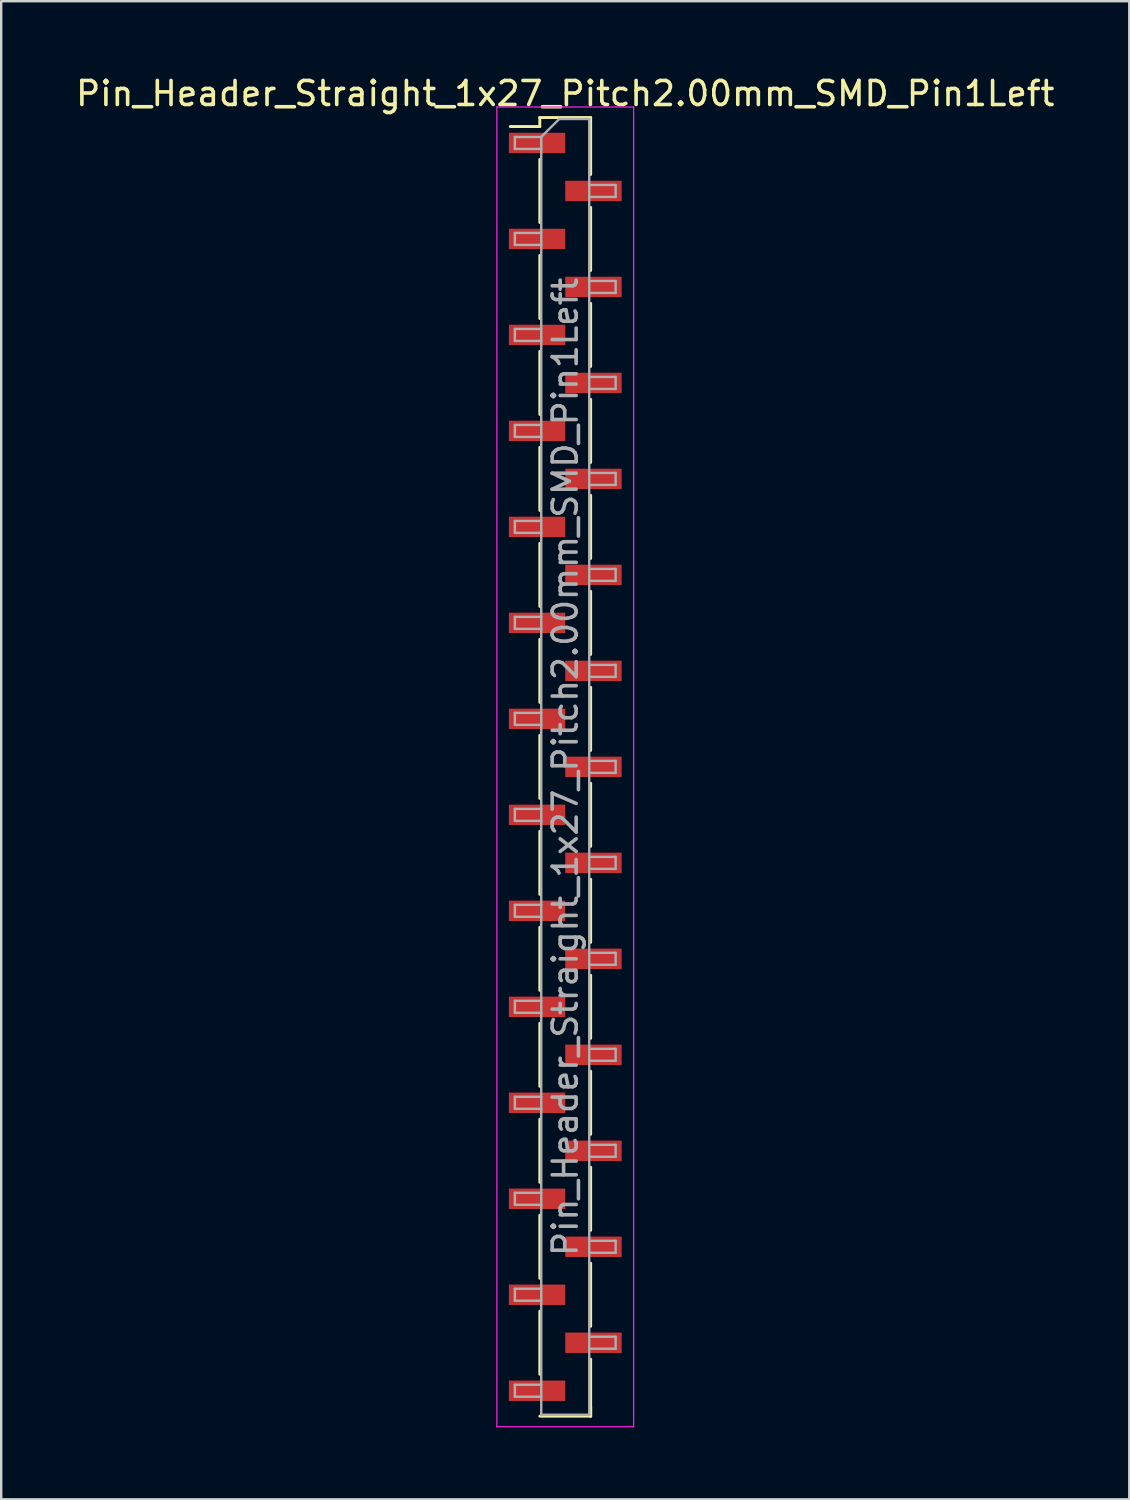
<source format=kicad_pcb>
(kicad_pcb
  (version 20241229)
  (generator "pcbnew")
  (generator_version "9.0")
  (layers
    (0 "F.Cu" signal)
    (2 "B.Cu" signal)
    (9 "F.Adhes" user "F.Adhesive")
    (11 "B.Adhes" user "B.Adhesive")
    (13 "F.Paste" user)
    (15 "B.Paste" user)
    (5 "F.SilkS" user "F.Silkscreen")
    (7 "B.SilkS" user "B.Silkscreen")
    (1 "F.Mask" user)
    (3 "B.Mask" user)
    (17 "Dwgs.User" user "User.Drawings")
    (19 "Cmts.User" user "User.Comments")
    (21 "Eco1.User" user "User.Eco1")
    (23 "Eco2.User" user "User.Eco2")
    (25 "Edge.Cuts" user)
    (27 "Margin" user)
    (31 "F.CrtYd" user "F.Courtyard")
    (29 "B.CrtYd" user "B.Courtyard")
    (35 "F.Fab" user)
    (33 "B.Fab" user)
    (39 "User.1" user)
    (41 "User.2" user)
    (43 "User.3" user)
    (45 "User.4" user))
  (footprint "Pin_Header_Straight_1x27_Pitch2.00mm_SMD_Pin1Left"
    (layer "F.Cu")
    (at 20.506 28.908)
    (property "Reference" "Pin_Header_Straight_1x27_Pitch2.00mm_SMD_Pin1Left" (at 0 -28.06 0) (layer "F.SilkS") (effects (font (size 1 1) (thickness 0.15))))
    (attr smd)
    (fp_line (start -1.06 -27.06) (end -1.06 -26.685) (stroke (width 0.12) (type solid)) (layer "F.SilkS"))
    (fp_line (start -1.06 -27.06) (end 1.06 -27.06) (stroke (width 0.12) (type solid)) (layer "F.SilkS"))
    (fp_line (start -1.06 -26.685) (end -2.29 -26.685) (stroke (width 0.12) (type solid)) (layer "F.SilkS"))
    (fp_line (start -1.06 -25.315) (end -1.06 -22.685) (stroke (width 0.12) (type solid)) (layer "F.SilkS"))
    (fp_line (start -1.06 -21.315) (end -1.06 -18.685) (stroke (width 0.12) (type solid)) (layer "F.SilkS"))
    (fp_line (start -1.06 -17.315) (end -1.06 -14.685) (stroke (width 0.12) (type solid)) (layer "F.SilkS"))
    (fp_line (start -1.06 -13.315) (end -1.06 -10.685) (stroke (width 0.12) (type solid)) (layer "F.SilkS"))
    (fp_line (start -1.06 -9.315) (end -1.06 -6.685) (stroke (width 0.12) (type solid)) (layer "F.SilkS"))
    (fp_line (start -1.06 -5.315) (end -1.06 -2.685) (stroke (width 0.12) (type solid)) (layer "F.SilkS"))
    (fp_line (start -1.06 -1.315) (end -1.06 1.315) (stroke (width 0.12) (type solid)) (layer "F.SilkS"))
    (fp_line (start -1.06 2.685) (end -1.06 5.315) (stroke (width 0.12) (type solid)) (layer "F.SilkS"))
    (fp_line (start -1.06 6.685) (end -1.06 9.315) (stroke (width 0.12) (type solid)) (layer "F.SilkS"))
    (fp_line (start -1.06 10.685) (end -1.06 13.315) (stroke (width 0.12) (type solid)) (layer "F.SilkS"))
    (fp_line (start -1.06 14.685) (end -1.06 17.315) (stroke (width 0.12) (type solid)) (layer "F.SilkS"))
    (fp_line (start -1.06 18.685) (end -1.06 21.315) (stroke (width 0.12) (type solid)) (layer "F.SilkS"))
    (fp_line (start -1.06 22.685) (end -1.06 25.315) (stroke (width 0.12) (type solid)) (layer "F.SilkS"))
    (fp_line (start -1.06 27.06) (end 1.06 27.06) (stroke (width 0.12) (type solid)) (layer "F.SilkS"))
    (fp_line (start 1.06 -27.06) (end 1.06 -24.685) (stroke (width 0.12) (type solid)) (layer "F.SilkS"))
    (fp_line (start 1.06 -23.315) (end 1.06 -20.685) (stroke (width 0.12) (type solid)) (layer "F.SilkS"))
    (fp_line (start 1.06 -19.315) (end 1.06 -16.685) (stroke (width 0.12) (type solid)) (layer "F.SilkS"))
    (fp_line (start 1.06 -15.315) (end 1.06 -12.685) (stroke (width 0.12) (type solid)) (layer "F.SilkS"))
    (fp_line (start 1.06 -11.315) (end 1.06 -8.685) (stroke (width 0.12) (type solid)) (layer "F.SilkS"))
    (fp_line (start 1.06 -7.315) (end 1.06 -4.685) (stroke (width 0.12) (type solid)) (layer "F.SilkS"))
    (fp_line (start 1.06 -3.315) (end 1.06 -0.685) (stroke (width 0.12) (type solid)) (layer "F.SilkS"))
    (fp_line (start 1.06 0.685) (end 1.06 3.315) (stroke (width 0.12) (type solid)) (layer "F.SilkS"))
    (fp_line (start 1.06 4.685) (end 1.06 7.315) (stroke (width 0.12) (type solid)) (layer "F.SilkS"))
    (fp_line (start 1.06 8.685) (end 1.06 11.315) (stroke (width 0.12) (type solid)) (layer "F.SilkS"))
    (fp_line (start 1.06 12.685) (end 1.06 15.315) (stroke (width 0.12) (type solid)) (layer "F.SilkS"))
    (fp_line (start 1.06 16.685) (end 1.06 19.315) (stroke (width 0.12) (type solid)) (layer "F.SilkS"))
    (fp_line (start 1.06 20.685) (end 1.06 23.315) (stroke (width 0.12) (type solid)) (layer "F.SilkS"))
    (fp_line (start 1.06 24.685) (end 1.06 27.06) (stroke (width 0.12) (type solid)) (layer "F.SilkS"))
    (fp_line (start 1.06 26.685) (end 1.06 27.06) (stroke (width 0.12) (type solid)) (layer "F.SilkS"))
    (fp_line (start -2.85 -27.5) (end -2.85 27.5) (stroke (width 0.05) (type solid)) (layer "F.CrtYd"))
    (fp_line (start -2.85 27.5) (end 2.85 27.5) (stroke (width 0.05) (type solid)) (layer "F.CrtYd"))
    (fp_line (start 2.85 -27.5) (end -2.85 -27.5) (stroke (width 0.05) (type solid)) (layer "F.CrtYd"))
    (fp_line (start 2.85 27.5) (end 2.85 -27.5) (stroke (width 0.05) (type solid)) (layer "F.CrtYd"))
    (fp_line (start -2.1 -26.25) (end -2.1 -25.75) (stroke (width 0.1) (type solid)) (layer "F.Fab"))
    (fp_line (start -2.1 -25.75) (end -1 -25.75) (stroke (width 0.1) (type solid)) (layer "F.Fab"))
    (fp_line (start -2.1 -22.25) (end -2.1 -21.75) (stroke (width 0.1) (type solid)) (layer "F.Fab"))
    (fp_line (start -2.1 -21.75) (end -1 -21.75) (stroke (width 0.1) (type solid)) (layer "F.Fab"))
    (fp_line (start -2.1 -18.25) (end -2.1 -17.75) (stroke (width 0.1) (type solid)) (layer "F.Fab"))
    (fp_line (start -2.1 -17.75) (end -1 -17.75) (stroke (width 0.1) (type solid)) (layer "F.Fab"))
    (fp_line (start -2.1 -14.25) (end -2.1 -13.75) (stroke (width 0.1) (type solid)) (layer "F.Fab"))
    (fp_line (start -2.1 -13.75) (end -1 -13.75) (stroke (width 0.1) (type solid)) (layer "F.Fab"))
    (fp_line (start -2.1 -10.25) (end -2.1 -9.75) (stroke (width 0.1) (type solid)) (layer "F.Fab"))
    (fp_line (start -2.1 -9.75) (end -1 -9.75) (stroke (width 0.1) (type solid)) (layer "F.Fab"))
    (fp_line (start -2.1 -6.25) (end -2.1 -5.75) (stroke (width 0.1) (type solid)) (layer "F.Fab"))
    (fp_line (start -2.1 -5.75) (end -1 -5.75) (stroke (width 0.1) (type solid)) (layer "F.Fab"))
    (fp_line (start -2.1 -2.25) (end -2.1 -1.75) (stroke (width 0.1) (type solid)) (layer "F.Fab"))
    (fp_line (start -2.1 -1.75) (end -1 -1.75) (stroke (width 0.1) (type solid)) (layer "F.Fab"))
    (fp_line (start -2.1 1.75) (end -2.1 2.25) (stroke (width 0.1) (type solid)) (layer "F.Fab"))
    (fp_line (start -2.1 2.25) (end -1 2.25) (stroke (width 0.1) (type solid)) (layer "F.Fab"))
    (fp_line (start -2.1 5.75) (end -2.1 6.25) (stroke (width 0.1) (type solid)) (layer "F.Fab"))
    (fp_line (start -2.1 6.25) (end -1 6.25) (stroke (width 0.1) (type solid)) (layer "F.Fab"))
    (fp_line (start -2.1 9.75) (end -2.1 10.25) (stroke (width 0.1) (type solid)) (layer "F.Fab"))
    (fp_line (start -2.1 10.25) (end -1 10.25) (stroke (width 0.1) (type solid)) (layer "F.Fab"))
    (fp_line (start -2.1 13.75) (end -2.1 14.25) (stroke (width 0.1) (type solid)) (layer "F.Fab"))
    (fp_line (start -2.1 14.25) (end -1 14.25) (stroke (width 0.1) (type solid)) (layer "F.Fab"))
    (fp_line (start -2.1 17.75) (end -2.1 18.25) (stroke (width 0.1) (type solid)) (layer "F.Fab"))
    (fp_line (start -2.1 18.25) (end -1 18.25) (stroke (width 0.1) (type solid)) (layer "F.Fab"))
    (fp_line (start -2.1 21.75) (end -2.1 22.25) (stroke (width 0.1) (type solid)) (layer "F.Fab"))
    (fp_line (start -2.1 22.25) (end -1 22.25) (stroke (width 0.1) (type solid)) (layer "F.Fab"))
    (fp_line (start -2.1 25.75) (end -2.1 26.25) (stroke (width 0.1) (type solid)) (layer "F.Fab"))
    (fp_line (start -2.1 26.25) (end -1 26.25) (stroke (width 0.1) (type solid)) (layer "F.Fab"))
    (fp_line (start -1 -26.25) (end -2.1 -26.25) (stroke (width 0.1) (type solid)) (layer "F.Fab"))
    (fp_line (start -1 -26.25) (end -0.25 -27) (stroke (width 0.1) (type solid)) (layer "F.Fab"))
    (fp_line (start -1 -22.25) (end -2.1 -22.25) (stroke (width 0.1) (type solid)) (layer "F.Fab"))
    (fp_line (start -1 -18.25) (end -2.1 -18.25) (stroke (width 0.1) (type solid)) (layer "F.Fab"))
    (fp_line (start -1 -14.25) (end -2.1 -14.25) (stroke (width 0.1) (type solid)) (layer "F.Fab"))
    (fp_line (start -1 -10.25) (end -2.1 -10.25) (stroke (width 0.1) (type solid)) (layer "F.Fab"))
    (fp_line (start -1 -6.25) (end -2.1 -6.25) (stroke (width 0.1) (type solid)) (layer "F.Fab"))
    (fp_line (start -1 -2.25) (end -2.1 -2.25) (stroke (width 0.1) (type solid)) (layer "F.Fab"))
    (fp_line (start -1 1.75) (end -2.1 1.75) (stroke (width 0.1) (type solid)) (layer "F.Fab"))
    (fp_line (start -1 5.75) (end -2.1 5.75) (stroke (width 0.1) (type solid)) (layer "F.Fab"))
    (fp_line (start -1 9.75) (end -2.1 9.75) (stroke (width 0.1) (type solid)) (layer "F.Fab"))
    (fp_line (start -1 13.75) (end -2.1 13.75) (stroke (width 0.1) (type solid)) (layer "F.Fab"))
    (fp_line (start -1 17.75) (end -2.1 17.75) (stroke (width 0.1) (type solid)) (layer "F.Fab"))
    (fp_line (start -1 21.75) (end -2.1 21.75) (stroke (width 0.1) (type solid)) (layer "F.Fab"))
    (fp_line (start -1 25.75) (end -2.1 25.75) (stroke (width 0.1) (type solid)) (layer "F.Fab"))
    (fp_line (start -1 27) (end -1 -26.25) (stroke (width 0.1) (type solid)) (layer "F.Fab"))
    (fp_line (start -0.25 -27) (end 1 -27) (stroke (width 0.1) (type solid)) (layer "F.Fab"))
    (fp_line (start 1 -27) (end 1 27) (stroke (width 0.1) (type solid)) (layer "F.Fab"))
    (fp_line (start 1 -24.25) (end 2.1 -24.25) (stroke (width 0.1) (type solid)) (layer "F.Fab"))
    (fp_line (start 1 -20.25) (end 2.1 -20.25) (stroke (width 0.1) (type solid)) (layer "F.Fab"))
    (fp_line (start 1 -16.25) (end 2.1 -16.25) (stroke (width 0.1) (type solid)) (layer "F.Fab"))
    (fp_line (start 1 -12.25) (end 2.1 -12.25) (stroke (width 0.1) (type solid)) (layer "F.Fab"))
    (fp_line (start 1 -8.25) (end 2.1 -8.25) (stroke (width 0.1) (type solid)) (layer "F.Fab"))
    (fp_line (start 1 -4.25) (end 2.1 -4.25) (stroke (width 0.1) (type solid)) (layer "F.Fab"))
    (fp_line (start 1 -0.25) (end 2.1 -0.25) (stroke (width 0.1) (type solid)) (layer "F.Fab"))
    (fp_line (start 1 3.75) (end 2.1 3.75) (stroke (width 0.1) (type solid)) (layer "F.Fab"))
    (fp_line (start 1 7.75) (end 2.1 7.75) (stroke (width 0.1) (type solid)) (layer "F.Fab"))
    (fp_line (start 1 11.75) (end 2.1 11.75) (stroke (width 0.1) (type solid)) (layer "F.Fab"))
    (fp_line (start 1 15.75) (end 2.1 15.75) (stroke (width 0.1) (type solid)) (layer "F.Fab"))
    (fp_line (start 1 19.75) (end 2.1 19.75) (stroke (width 0.1) (type solid)) (layer "F.Fab"))
    (fp_line (start 1 23.75) (end 2.1 23.75) (stroke (width 0.1) (type solid)) (layer "F.Fab"))
    (fp_line (start 1 27) (end -1 27) (stroke (width 0.1) (type solid)) (layer "F.Fab"))
    (fp_line (start 2.1 -24.25) (end 2.1 -23.75) (stroke (width 0.1) (type solid)) (layer "F.Fab"))
    (fp_line (start 2.1 -23.75) (end 1 -23.75) (stroke (width 0.1) (type solid)) (layer "F.Fab"))
    (fp_line (start 2.1 -20.25) (end 2.1 -19.75) (stroke (width 0.1) (type solid)) (layer "F.Fab"))
    (fp_line (start 2.1 -19.75) (end 1 -19.75) (stroke (width 0.1) (type solid)) (layer "F.Fab"))
    (fp_line (start 2.1 -16.25) (end 2.1 -15.75) (stroke (width 0.1) (type solid)) (layer "F.Fab"))
    (fp_line (start 2.1 -15.75) (end 1 -15.75) (stroke (width 0.1) (type solid)) (layer "F.Fab"))
    (fp_line (start 2.1 -12.25) (end 2.1 -11.75) (stroke (width 0.1) (type solid)) (layer "F.Fab"))
    (fp_line (start 2.1 -11.75) (end 1 -11.75) (stroke (width 0.1) (type solid)) (layer "F.Fab"))
    (fp_line (start 2.1 -8.25) (end 2.1 -7.75) (stroke (width 0.1) (type solid)) (layer "F.Fab"))
    (fp_line (start 2.1 -7.75) (end 1 -7.75) (stroke (width 0.1) (type solid)) (layer "F.Fab"))
    (fp_line (start 2.1 -4.25) (end 2.1 -3.75) (stroke (width 0.1) (type solid)) (layer "F.Fab"))
    (fp_line (start 2.1 -3.75) (end 1 -3.75) (stroke (width 0.1) (type solid)) (layer "F.Fab"))
    (fp_line (start 2.1 -0.25) (end 2.1 0.25) (stroke (width 0.1) (type solid)) (layer "F.Fab"))
    (fp_line (start 2.1 0.25) (end 1 0.25) (stroke (width 0.1) (type solid)) (layer "F.Fab"))
    (fp_line (start 2.1 3.75) (end 2.1 4.25) (stroke (width 0.1) (type solid)) (layer "F.Fab"))
    (fp_line (start 2.1 4.25) (end 1 4.25) (stroke (width 0.1) (type solid)) (layer "F.Fab"))
    (fp_line (start 2.1 7.75) (end 2.1 8.25) (stroke (width 0.1) (type solid)) (layer "F.Fab"))
    (fp_line (start 2.1 8.25) (end 1 8.25) (stroke (width 0.1) (type solid)) (layer "F.Fab"))
    (fp_line (start 2.1 11.75) (end 2.1 12.25) (stroke (width 0.1) (type solid)) (layer "F.Fab"))
    (fp_line (start 2.1 12.25) (end 1 12.25) (stroke (width 0.1) (type solid)) (layer "F.Fab"))
    (fp_line (start 2.1 15.75) (end 2.1 16.25) (stroke (width 0.1) (type solid)) (layer "F.Fab"))
    (fp_line (start 2.1 16.25) (end 1 16.25) (stroke (width 0.1) (type solid)) (layer "F.Fab"))
    (fp_line (start 2.1 19.75) (end 2.1 20.25) (stroke (width 0.1) (type solid)) (layer "F.Fab"))
    (fp_line (start 2.1 20.25) (end 1 20.25) (stroke (width 0.1) (type solid)) (layer "F.Fab"))
    (fp_line (start 2.1 23.75) (end 2.1 24.25) (stroke (width 0.1) (type solid)) (layer "F.Fab"))
    (fp_line (start 2.1 24.25) (end 1 24.25) (stroke (width 0.1) (type solid)) (layer "F.Fab"))
    (fp_text user "${REFERENCE}" (at 0 0 90) (layer "F.Fab") (effects (font (size 1 1) (thickness 0.15))))
    (pad "1" smd rect (at -1.175 -26) (size 2.35 0.85) (layers "F.Cu" "F.Mask" "F.Paste"))
    (pad "2" smd rect (at 1.175 -24) (size 2.35 0.85) (layers "F.Cu" "F.Mask" "F.Paste"))
    (pad "3" smd rect (at -1.175 -22) (size 2.35 0.85) (layers "F.Cu" "F.Mask" "F.Paste"))
    (pad "4" smd rect (at 1.175 -20) (size 2.35 0.85) (layers "F.Cu" "F.Mask" "F.Paste"))
    (pad "5" smd rect (at -1.175 -18) (size 2.35 0.85) (layers "F.Cu" "F.Mask" "F.Paste"))
    (pad "6" smd rect (at 1.175 -16) (size 2.35 0.85) (layers "F.Cu" "F.Mask" "F.Paste"))
    (pad "7" smd rect (at -1.175 -14) (size 2.35 0.85) (layers "F.Cu" "F.Mask" "F.Paste"))
    (pad "8" smd rect (at 1.175 -12) (size 2.35 0.85) (layers "F.Cu" "F.Mask" "F.Paste"))
    (pad "9" smd rect (at -1.175 -10) (size 2.35 0.85) (layers "F.Cu" "F.Mask" "F.Paste"))
    (pad "10" smd rect (at 1.175 -8) (size 2.35 0.85) (layers "F.Cu" "F.Mask" "F.Paste"))
    (pad "11" smd rect (at -1.175 -6) (size 2.35 0.85) (layers "F.Cu" "F.Mask" "F.Paste"))
    (pad "12" smd rect (at 1.175 -4) (size 2.35 0.85) (layers "F.Cu" "F.Mask" "F.Paste"))
    (pad "13" smd rect (at -1.175 -2) (size 2.35 0.85) (layers "F.Cu" "F.Mask" "F.Paste"))
    (pad "14" smd rect (at 1.175 0) (size 2.35 0.85) (layers "F.Cu" "F.Mask" "F.Paste"))
    (pad "15" smd rect (at -1.175 2) (size 2.35 0.85) (layers "F.Cu" "F.Mask" "F.Paste"))
    (pad "16" smd rect (at 1.175 4) (size 2.35 0.85) (layers "F.Cu" "F.Mask" "F.Paste"))
    (pad "17" smd rect (at -1.175 6) (size 2.35 0.85) (layers "F.Cu" "F.Mask" "F.Paste"))
    (pad "18" smd rect (at 1.175 8) (size 2.35 0.85) (layers "F.Cu" "F.Mask" "F.Paste"))
    (pad "19" smd rect (at -1.175 10) (size 2.35 0.85) (layers "F.Cu" "F.Mask" "F.Paste"))
    (pad "20" smd rect (at 1.175 12) (size 2.35 0.85) (layers "F.Cu" "F.Mask" "F.Paste"))
    (pad "21" smd rect (at -1.175 14) (size 2.35 0.85) (layers "F.Cu" "F.Mask" "F.Paste"))
    (pad "22" smd rect (at 1.175 16) (size 2.35 0.85) (layers "F.Cu" "F.Mask" "F.Paste"))
    (pad "23" smd rect (at -1.175 18) (size 2.35 0.85) (layers "F.Cu" "F.Mask" "F.Paste"))
    (pad "24" smd rect (at 1.175 20) (size 2.35 0.85) (layers "F.Cu" "F.Mask" "F.Paste"))
    (pad "25" smd rect (at -1.175 22) (size 2.35 0.85) (layers "F.Cu" "F.Mask" "F.Paste"))
    (pad "26" smd rect (at 1.175 24) (size 2.35 0.85) (layers "F.Cu" "F.Mask" "F.Paste"))
    (pad "27" smd rect (at -1.175 26) (size 2.35 0.85) (layers "F.Cu" "F.Mask" "F.Paste")))
  (gr_rect
    (start -3 -3)
    (end 44.012 59.433)
    (stroke (width 0.1) (type default))
    (fill no)
    (layer "Edge.Cuts")))
</source>
